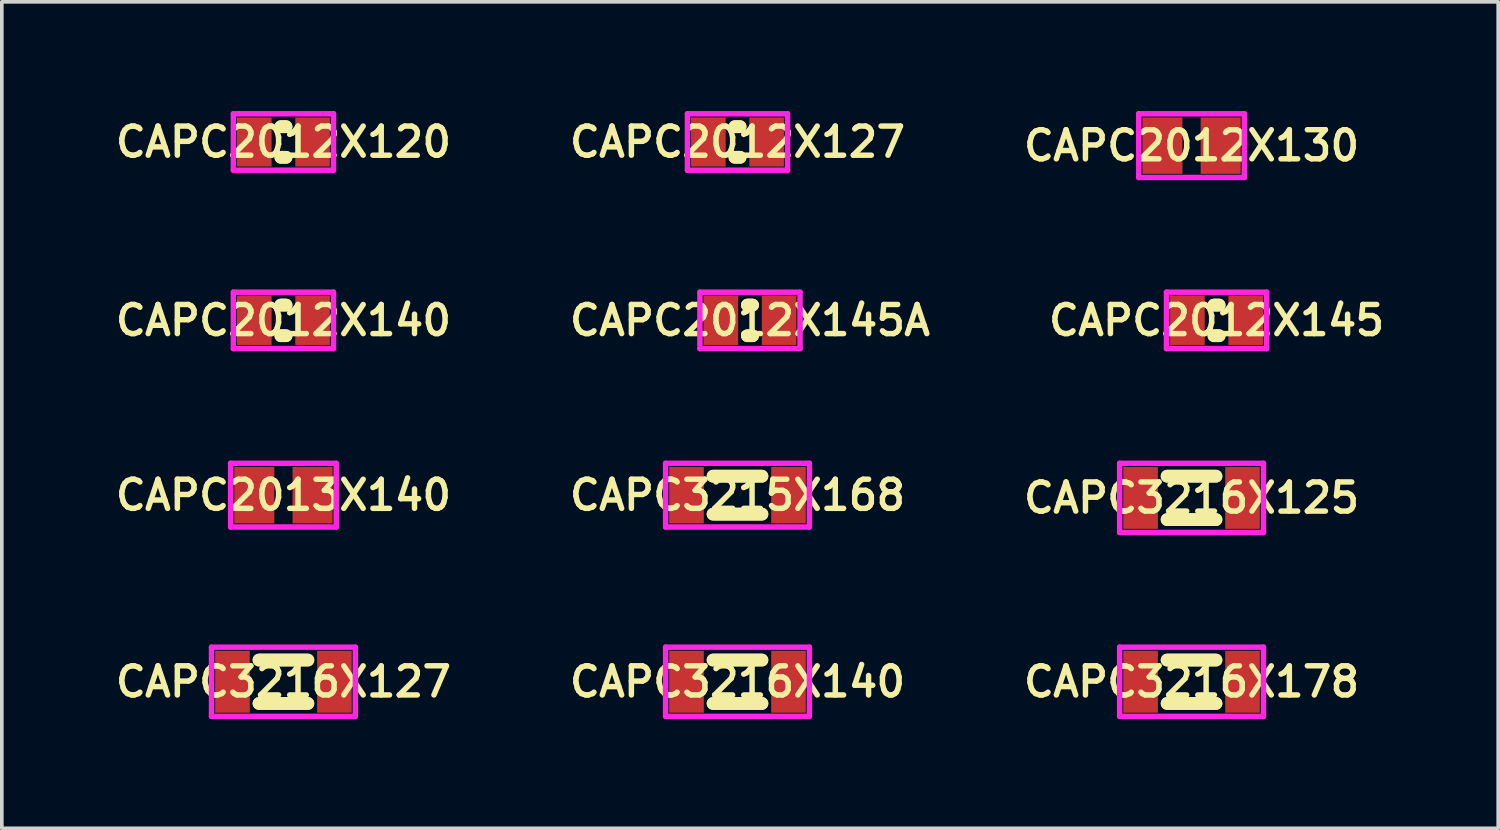
<source format=kicad_pcb>
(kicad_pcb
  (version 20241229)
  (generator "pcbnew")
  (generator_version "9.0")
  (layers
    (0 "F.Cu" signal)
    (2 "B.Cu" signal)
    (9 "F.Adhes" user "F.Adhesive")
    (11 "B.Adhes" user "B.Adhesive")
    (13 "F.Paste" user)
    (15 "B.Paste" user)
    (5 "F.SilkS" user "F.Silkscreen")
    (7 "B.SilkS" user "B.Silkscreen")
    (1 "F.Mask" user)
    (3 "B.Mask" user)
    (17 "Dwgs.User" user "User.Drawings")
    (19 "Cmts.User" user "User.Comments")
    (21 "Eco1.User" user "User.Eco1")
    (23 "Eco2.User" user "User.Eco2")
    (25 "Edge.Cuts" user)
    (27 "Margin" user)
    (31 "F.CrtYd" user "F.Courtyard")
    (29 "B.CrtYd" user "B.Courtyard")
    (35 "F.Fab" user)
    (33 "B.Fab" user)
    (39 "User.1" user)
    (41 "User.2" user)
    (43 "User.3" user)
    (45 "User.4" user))
  (footprint "CAPC3216X125"
    (layer "F.Cu")
    (at 29.677 10.625)
    (property "Reference" "CAPC3216X125" (at 0 0 0) (layer "F.SilkS") (effects (font (size 0.8 0.8) (thickness 0.15))))
    (attr smd)
    (fp_line (start -0.671 -0.596) (end 0.671 -0.596) (stroke (width 0.35) (type solid)) (layer "F.SilkS"))
    (fp_line (start -0.671 0.596) (end 0.671 0.596) (stroke (width 0.35) (type solid)) (layer "F.SilkS"))
    (fp_line (start 0.671 -0.596) (end -0.671 -0.596) (stroke (width 0.35) (type solid)) (layer "F.SilkS"))
    (fp_line (start 0.671 0.596) (end -0.671 0.596) (stroke (width 0.35) (type solid)) (layer "F.SilkS"))
    (fp_line (start -1.975 -0.95) (end 1.975 -0.95) (stroke (width 0.15) (type solid)) (layer "F.CrtYd"))
    (fp_line (start -1.975 0.95) (end -1.975 -0.95) (stroke (width 0.15) (type solid)) (layer "F.CrtYd"))
    (fp_line (start 1.975 -0.95) (end 1.975 0.95) (stroke (width 0.15) (type solid)) (layer "F.CrtYd"))
    (fp_line (start 1.975 0.95) (end -1.975 0.95) (stroke (width 0.15) (type solid)) (layer "F.CrtYd"))
    (pad "1" smd rect (at -1.4 0) (size 0.95 1.7) (layers "F.Cu" "F.Mask" "F.Paste"))
    (pad "2" smd rect (at 1.4 0) (size 0.95 1.7) (layers "F.Cu" "F.Mask" "F.Paste")))
  (footprint "CAPC3216X178"
    (layer "F.Cu")
    (at 29.677 15.675)
    (property "Reference" "CAPC3216X178" (at 0 0 0) (layer "F.SilkS") (effects (font (size 0.8 0.8) (thickness 0.15))))
    (attr smd)
    (fp_line (start -0.671 -0.596) (end 0.671 -0.596) (stroke (width 0.35) (type solid)) (layer "F.SilkS"))
    (fp_line (start -0.671 0.596) (end 0.671 0.596) (stroke (width 0.35) (type solid)) (layer "F.SilkS"))
    (fp_line (start 0.671 -0.596) (end -0.671 -0.596) (stroke (width 0.35) (type solid)) (layer "F.SilkS"))
    (fp_line (start 0.671 0.596) (end -0.671 0.596) (stroke (width 0.35) (type solid)) (layer "F.SilkS"))
    (fp_line (start -1.975 -0.95) (end 1.975 -0.95) (stroke (width 0.15) (type solid)) (layer "F.CrtYd"))
    (fp_line (start -1.975 0.95) (end -1.975 -0.95) (stroke (width 0.15) (type solid)) (layer "F.CrtYd"))
    (fp_line (start 1.975 -0.95) (end 1.975 0.95) (stroke (width 0.15) (type solid)) (layer "F.CrtYd"))
    (fp_line (start 1.975 0.95) (end -1.975 0.95) (stroke (width 0.15) (type solid)) (layer "F.CrtYd"))
    (pad "1" smd rect (at -1.4 0) (size 0.95 1.7) (layers "F.Cu" "F.Mask" "F.Paste"))
    (pad "2" smd rect (at 1.4 0) (size 0.95 1.7) (layers "F.Cu" "F.Mask" "F.Paste")))
  (footprint "CAPC2012X127"
    (layer "F.Cu")
    (at 17.206 0.85)
    (property "Reference" "CAPC2012X127" (at 0 0 0) (layer "F.SilkS") (effects (font (size 0.8 0.8) (thickness 0.15))))
    (attr smd)
    (fp_line (start -0.071 -0.421) (end 0.071 -0.421) (stroke (width 0.35) (type solid)) (layer "F.SilkS"))
    (fp_line (start -0.071 0.421) (end 0.071 0.421) (stroke (width 0.35) (type solid)) (layer "F.SilkS"))
    (fp_line (start 0.071 -0.421) (end -0.071 -0.421) (stroke (width 0.35) (type solid)) (layer "F.SilkS"))
    (fp_line (start 0.071 0.421) (end -0.071 0.421) (stroke (width 0.35) (type solid)) (layer "F.SilkS"))
    (fp_line (start -1.375 -0.775) (end 1.375 -0.775) (stroke (width 0.15) (type solid)) (layer "F.CrtYd"))
    (fp_line (start -1.375 0.775) (end -1.375 -0.775) (stroke (width 0.15) (type solid)) (layer "F.CrtYd"))
    (fp_line (start 1.375 -0.775) (end 1.375 0.775) (stroke (width 0.15) (type solid)) (layer "F.CrtYd"))
    (fp_line (start 1.375 0.775) (end -1.375 0.775) (stroke (width 0.15) (type solid)) (layer "F.CrtYd"))
    (pad "1" smd rect (at -0.8 0) (size 0.95 1.35) (layers "F.Cu" "F.Mask" "F.Paste"))
    (pad "2" smd rect (at 0.8 0) (size 0.95 1.35) (layers "F.Cu" "F.Mask" "F.Paste")))
  (footprint "CAPC2012X145"
    (layer "F.Cu")
    (at 30.363 5.75)
    (property "Reference" "CAPC2012X145" (at 0 0 0) (layer "F.SilkS") (effects (font (size 0.8 0.8) (thickness 0.15))))
    (attr smd)
    (fp_line (start -0.071 -0.421) (end 0.071 -0.421) (stroke (width 0.35) (type solid)) (layer "F.SilkS"))
    (fp_line (start -0.071 0.421) (end 0.071 0.421) (stroke (width 0.35) (type solid)) (layer "F.SilkS"))
    (fp_line (start 0.071 -0.421) (end -0.071 -0.421) (stroke (width 0.35) (type solid)) (layer "F.SilkS"))
    (fp_line (start 0.071 0.421) (end -0.071 0.421) (stroke (width 0.35) (type solid)) (layer "F.SilkS"))
    (fp_line (start -1.375 -0.775) (end 1.375 -0.775) (stroke (width 0.15) (type solid)) (layer "F.CrtYd"))
    (fp_line (start -1.375 0.775) (end -1.375 -0.775) (stroke (width 0.15) (type solid)) (layer "F.CrtYd"))
    (fp_line (start 1.375 -0.775) (end 1.375 0.775) (stroke (width 0.15) (type solid)) (layer "F.CrtYd"))
    (fp_line (start 1.375 0.775) (end -1.375 0.775) (stroke (width 0.15) (type solid)) (layer "F.CrtYd"))
    (pad "1" smd rect (at -0.8 0) (size 0.95 1.35) (layers "F.Cu" "F.Mask" "F.Paste"))
    (pad "2" smd rect (at 0.8 0) (size 0.95 1.35) (layers "F.Cu" "F.Mask" "F.Paste")))
  (footprint "CAPC2012X145A"
    (layer "F.Cu")
    (at 17.549 5.75)
    (property "Reference" "CAPC2012X145A" (at 0 0 0) (layer "F.SilkS") (effects (font (size 0.8 0.8) (thickness 0.15))))
    (attr smd)
    (fp_line (start -0.071 -0.421) (end 0.071 -0.421) (stroke (width 0.35) (type solid)) (layer "F.SilkS"))
    (fp_line (start -0.071 0.421) (end 0.071 0.421) (stroke (width 0.35) (type solid)) (layer "F.SilkS"))
    (fp_line (start 0.071 -0.421) (end -0.071 -0.421) (stroke (width 0.35) (type solid)) (layer "F.SilkS"))
    (fp_line (start 0.071 0.421) (end -0.071 0.421) (stroke (width 0.35) (type solid)) (layer "F.SilkS"))
    (fp_line (start -1.375 -0.775) (end 1.375 -0.775) (stroke (width 0.15) (type solid)) (layer "F.CrtYd"))
    (fp_line (start -1.375 0.775) (end -1.375 -0.775) (stroke (width 0.15) (type solid)) (layer "F.CrtYd"))
    (fp_line (start 1.375 -0.775) (end 1.375 0.775) (stroke (width 0.15) (type solid)) (layer "F.CrtYd"))
    (fp_line (start 1.375 0.775) (end -1.375 0.775) (stroke (width 0.15) (type solid)) (layer "F.CrtYd"))
    (pad "1" smd rect (at -0.8 0) (size 0.95 1.35) (layers "F.Cu" "F.Mask" "F.Paste"))
    (pad "2" smd rect (at 0.8 0) (size 0.95 1.35) (layers "F.Cu" "F.Mask" "F.Paste")))
  (footprint "CAPC2012X120"
    (layer "F.Cu")
    (at 4.735 0.85)
    (property "Reference" "CAPC2012X120" (at 0 0 0) (layer "F.SilkS") (effects (font (size 0.8 0.8) (thickness 0.15))))
    (attr smd)
    (fp_line (start -0.071 -0.421) (end 0.071 -0.421) (stroke (width 0.35) (type solid)) (layer "F.SilkS"))
    (fp_line (start -0.071 0.421) (end 0.071 0.421) (stroke (width 0.35) (type solid)) (layer "F.SilkS"))
    (fp_line (start 0.071 -0.421) (end -0.071 -0.421) (stroke (width 0.35) (type solid)) (layer "F.SilkS"))
    (fp_line (start 0.071 0.421) (end -0.071 0.421) (stroke (width 0.35) (type solid)) (layer "F.SilkS"))
    (fp_line (start -1.375 -0.775) (end 1.375 -0.775) (stroke (width 0.15) (type solid)) (layer "F.CrtYd"))
    (fp_line (start -1.375 0.775) (end -1.375 -0.775) (stroke (width 0.15) (type solid)) (layer "F.CrtYd"))
    (fp_line (start 1.375 -0.775) (end 1.375 0.775) (stroke (width 0.15) (type solid)) (layer "F.CrtYd"))
    (fp_line (start 1.375 0.775) (end -1.375 0.775) (stroke (width 0.15) (type solid)) (layer "F.CrtYd"))
    (pad "1" smd rect (at -0.8 0) (size 0.95 1.35) (layers "F.Cu" "F.Mask" "F.Paste"))
    (pad "2" smd rect (at 0.8 0) (size 0.95 1.35) (layers "F.Cu" "F.Mask" "F.Paste")))
  (footprint "CAPC2012X130"
    (layer "F.Cu")
    (at 29.677 0.95)
    (property "Reference" "CAPC2012X130" (at 0 0 0) (layer "F.SilkS") (effects (font (size 0.8 0.8) (thickness 0.15))))
    (attr smd)
    (fp_line (start -1.45 -0.875) (end 1.45 -0.875) (stroke (width 0.15) (type solid)) (layer "F.CrtYd"))
    (fp_line (start -1.45 0.875) (end -1.45 -0.875) (stroke (width 0.15) (type solid)) (layer "F.CrtYd"))
    (fp_line (start 1.45 -0.875) (end 1.45 0.875) (stroke (width 0.15) (type solid)) (layer "F.CrtYd"))
    (fp_line (start 1.45 0.875) (end -1.45 0.875) (stroke (width 0.15) (type solid)) (layer "F.CrtYd"))
    (pad "1" smd rect (at -0.8 0) (size 1.1 1.55) (layers "F.Cu" "F.Mask" "F.Paste"))
    (pad "2" smd rect (at 0.8 0) (size 1.1 1.55) (layers "F.Cu" "F.Mask" "F.Paste")))
  (footprint "CAPC3216X127"
    (layer "F.Cu")
    (at 4.735 15.675)
    (property "Reference" "CAPC3216X127" (at 0 0 0) (layer "F.SilkS") (effects (font (size 0.8 0.8) (thickness 0.15))))
    (attr smd)
    (fp_line (start -0.671 -0.596) (end 0.671 -0.596) (stroke (width 0.35) (type solid)) (layer "F.SilkS"))
    (fp_line (start -0.671 0.596) (end 0.671 0.596) (stroke (width 0.35) (type solid)) (layer "F.SilkS"))
    (fp_line (start 0.671 -0.596) (end -0.671 -0.596) (stroke (width 0.35) (type solid)) (layer "F.SilkS"))
    (fp_line (start 0.671 0.596) (end -0.671 0.596) (stroke (width 0.35) (type solid)) (layer "F.SilkS"))
    (fp_line (start -1.975 -0.95) (end 1.975 -0.95) (stroke (width 0.15) (type solid)) (layer "F.CrtYd"))
    (fp_line (start -1.975 0.95) (end -1.975 -0.95) (stroke (width 0.15) (type solid)) (layer "F.CrtYd"))
    (fp_line (start 1.975 -0.95) (end 1.975 0.95) (stroke (width 0.15) (type solid)) (layer "F.CrtYd"))
    (fp_line (start 1.975 0.95) (end -1.975 0.95) (stroke (width 0.15) (type solid)) (layer "F.CrtYd"))
    (pad "1" smd rect (at -1.4 0) (size 0.95 1.7) (layers "F.Cu" "F.Mask" "F.Paste"))
    (pad "2" smd rect (at 1.4 0) (size 0.95 1.7) (layers "F.Cu" "F.Mask" "F.Paste")))
  (footprint "CAPC3215X168"
    (layer "F.Cu")
    (at 17.206 10.55)
    (property "Reference" "CAPC3215X168" (at 0 0 0) (layer "F.SilkS") (effects (font (size 0.8 0.8) (thickness 0.15))))
    (attr smd)
    (fp_line (start -0.671 -0.521) (end 0.671 -0.521) (stroke (width 0.35) (type solid)) (layer "F.SilkS"))
    (fp_line (start -0.671 0.521) (end 0.671 0.521) (stroke (width 0.35) (type solid)) (layer "F.SilkS"))
    (fp_line (start 0.671 -0.521) (end -0.671 -0.521) (stroke (width 0.35) (type solid)) (layer "F.SilkS"))
    (fp_line (start 0.671 0.521) (end -0.671 0.521) (stroke (width 0.35) (type solid)) (layer "F.SilkS"))
    (fp_line (start -1.975 -0.875) (end 1.975 -0.875) (stroke (width 0.15) (type solid)) (layer "F.CrtYd"))
    (fp_line (start -1.975 0.875) (end -1.975 -0.875) (stroke (width 0.15) (type solid)) (layer "F.CrtYd"))
    (fp_line (start 1.975 -0.875) (end 1.975 0.875) (stroke (width 0.15) (type solid)) (layer "F.CrtYd"))
    (fp_line (start 1.975 0.875) (end -1.975 0.875) (stroke (width 0.15) (type solid)) (layer "F.CrtYd"))
    (pad "1" smd rect (at -1.4 0) (size 0.95 1.55) (layers "F.Cu" "F.Mask" "F.Paste"))
    (pad "2" smd rect (at 1.4 0) (size 0.95 1.55) (layers "F.Cu" "F.Mask" "F.Paste")))
  (footprint "CAPC2012X140"
    (layer "F.Cu")
    (at 4.735 5.75)
    (property "Reference" "CAPC2012X140" (at 0 0 0) (layer "F.SilkS") (effects (font (size 0.8 0.8) (thickness 0.15))))
    (attr smd)
    (fp_line (start -0.071 -0.421) (end 0.071 -0.421) (stroke (width 0.35) (type solid)) (layer "F.SilkS"))
    (fp_line (start -0.071 0.421) (end 0.071 0.421) (stroke (width 0.35) (type solid)) (layer "F.SilkS"))
    (fp_line (start 0.071 -0.421) (end -0.071 -0.421) (stroke (width 0.35) (type solid)) (layer "F.SilkS"))
    (fp_line (start 0.071 0.421) (end -0.071 0.421) (stroke (width 0.35) (type solid)) (layer "F.SilkS"))
    (fp_line (start -1.375 -0.775) (end 1.375 -0.775) (stroke (width 0.15) (type solid)) (layer "F.CrtYd"))
    (fp_line (start -1.375 0.775) (end -1.375 -0.775) (stroke (width 0.15) (type solid)) (layer "F.CrtYd"))
    (fp_line (start 1.375 -0.775) (end 1.375 0.775) (stroke (width 0.15) (type solid)) (layer "F.CrtYd"))
    (fp_line (start 1.375 0.775) (end -1.375 0.775) (stroke (width 0.15) (type solid)) (layer "F.CrtYd"))
    (pad "1" smd rect (at -0.8 0) (size 0.95 1.35) (layers "F.Cu" "F.Mask" "F.Paste"))
    (pad "2" smd rect (at 0.8 0) (size 0.95 1.35) (layers "F.Cu" "F.Mask" "F.Paste")))
  (footprint "CAPC2013X140"
    (layer "F.Cu")
    (at 4.735 10.55)
    (property "Reference" "CAPC2013X140" (at 0 0 0) (layer "F.SilkS") (effects (font (size 0.8 0.8) (thickness 0.15))))
    (attr smd)
    (fp_line (start -1.45 -0.875) (end 1.45 -0.875) (stroke (width 0.15) (type solid)) (layer "F.CrtYd"))
    (fp_line (start -1.45 0.875) (end -1.45 -0.875) (stroke (width 0.15) (type solid)) (layer "F.CrtYd"))
    (fp_line (start 1.45 -0.875) (end 1.45 0.875) (stroke (width 0.15) (type solid)) (layer "F.CrtYd"))
    (fp_line (start 1.45 0.875) (end -1.45 0.875) (stroke (width 0.15) (type solid)) (layer "F.CrtYd"))
    (pad "1" smd rect (at -0.8 0) (size 1.1 1.55) (layers "F.Cu" "F.Mask" "F.Paste"))
    (pad "2" smd rect (at 0.8 0) (size 1.1 1.55) (layers "F.Cu" "F.Mask" "F.Paste")))
  (footprint "CAPC3216X140"
    (layer "F.Cu")
    (at 17.206 15.675)
    (property "Reference" "CAPC3216X140" (at 0 0 0) (layer "F.SilkS") (effects (font (size 0.8 0.8) (thickness 0.15))))
    (attr smd)
    (fp_line (start -0.671 -0.596) (end 0.671 -0.596) (stroke (width 0.35) (type solid)) (layer "F.SilkS"))
    (fp_line (start -0.671 0.596) (end 0.671 0.596) (stroke (width 0.35) (type solid)) (layer "F.SilkS"))
    (fp_line (start 0.671 -0.596) (end -0.671 -0.596) (stroke (width 0.35) (type solid)) (layer "F.SilkS"))
    (fp_line (start 0.671 0.596) (end -0.671 0.596) (stroke (width 0.35) (type solid)) (layer "F.SilkS"))
    (fp_line (start -1.975 -0.95) (end 1.975 -0.95) (stroke (width 0.15) (type solid)) (layer "F.CrtYd"))
    (fp_line (start -1.975 0.95) (end -1.975 -0.95) (stroke (width 0.15) (type solid)) (layer "F.CrtYd"))
    (fp_line (start 1.975 -0.95) (end 1.975 0.95) (stroke (width 0.15) (type solid)) (layer "F.CrtYd"))
    (fp_line (start 1.975 0.95) (end -1.975 0.95) (stroke (width 0.15) (type solid)) (layer "F.CrtYd"))
    (pad "1" smd rect (at -1.4 0) (size 0.95 1.7) (layers "F.Cu" "F.Mask" "F.Paste"))
    (pad "2" smd rect (at 1.4 0) (size 0.95 1.7) (layers "F.Cu" "F.Mask" "F.Paste")))
  (gr_rect
    (start -3 -3)
    (end 38.099 19.7)
    (stroke (width 0.1) (type default))
    (fill no)
    (layer "Edge.Cuts")))
</source>
